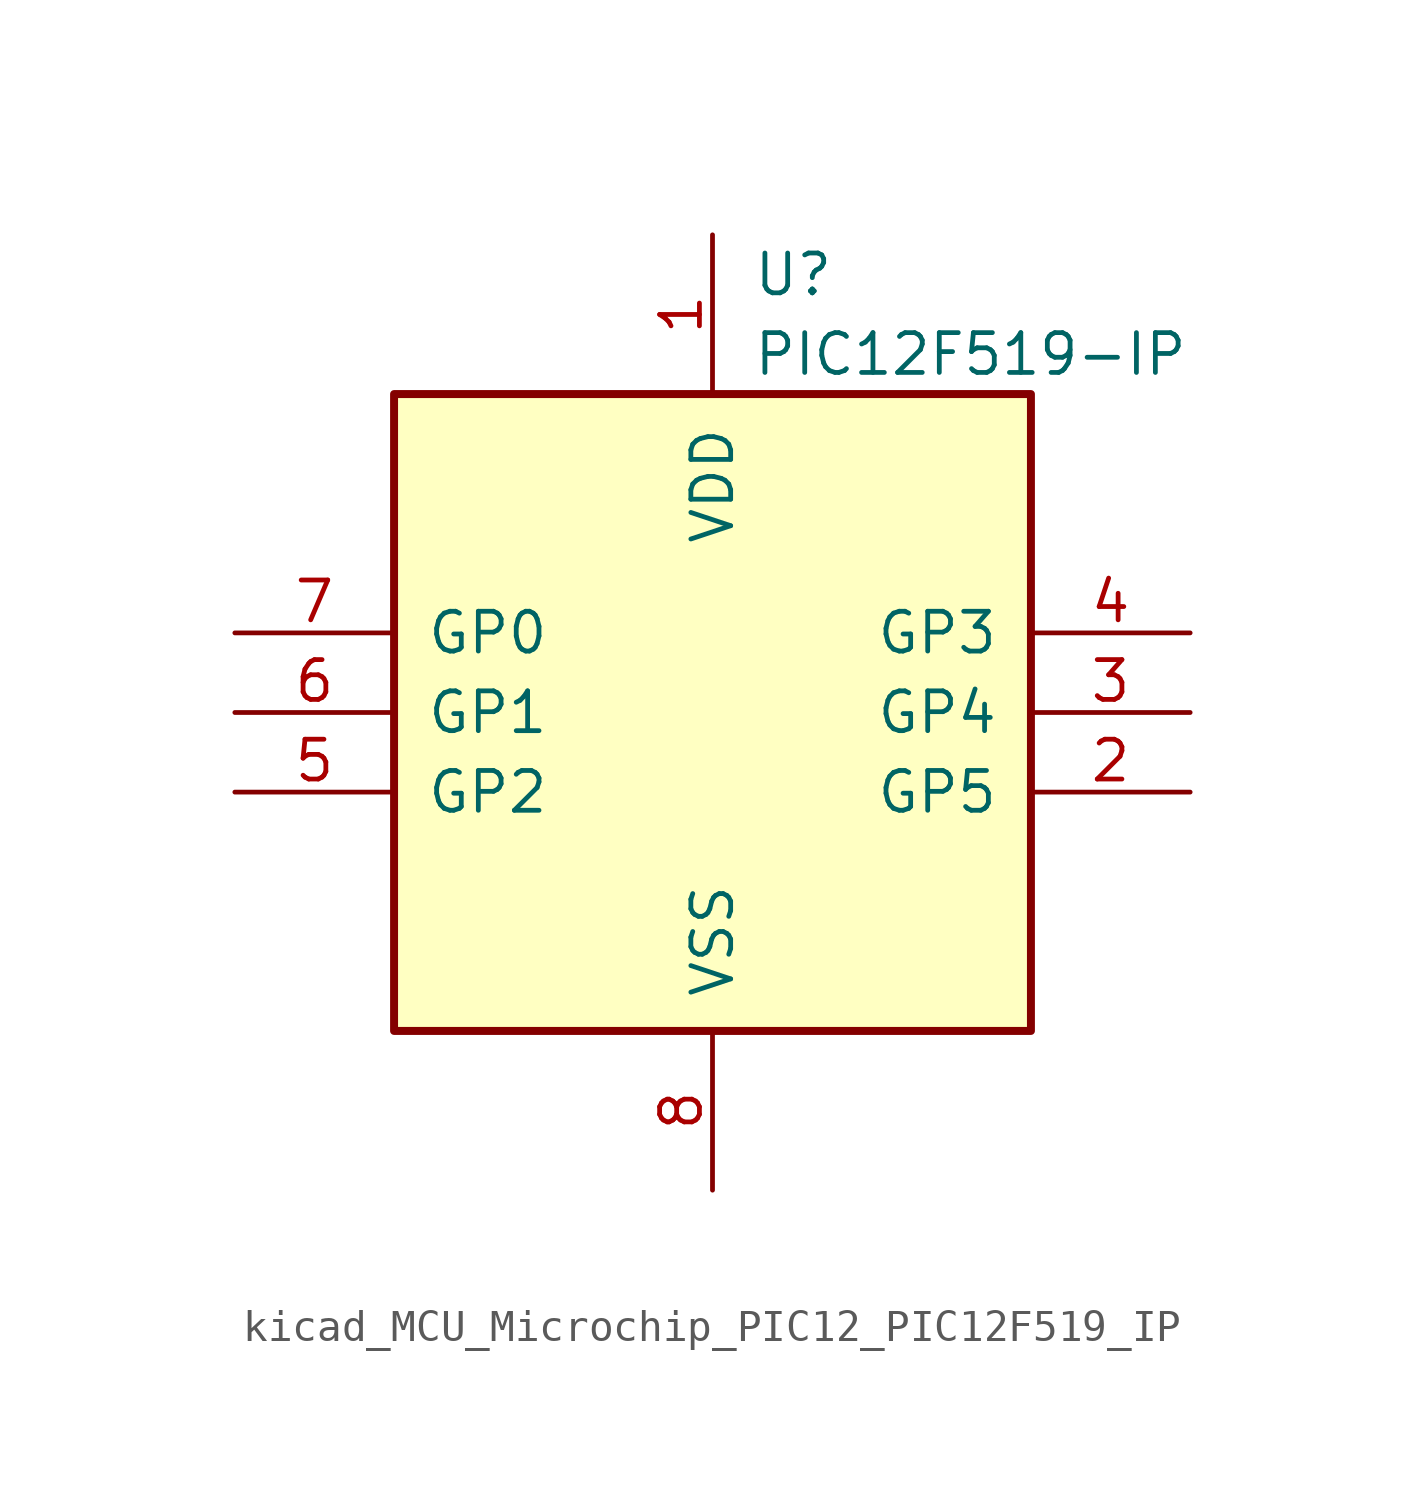
<source format=kicad_sym>
(kicad_symbol_lib
  (version 20220914)
  (generator kicad_symbol_editor)
  (symbol "kicad_MCU_Microchip_PIC12_PIC12F519_IP"
    (pin_names
      (offset 1.016))
    (property "Reference" "U"
      (at 1.27 13.97 0)
      (effects (font (size 1.27 1.27)) (justify left)))
    (property "Value" "PIC12F519-IP"
      (at 1.27 11.43 0)
      (effects (font (size 1.27 1.27)) (justify left)))
    (symbol "kicad_MCU_Microchip_PIC12_PIC12F519_IP_0_1"
      (rectangle (start 10.16 -10.16) (end -10.16 10.16) (stroke (width 0.254) (type default)) (fill (type background))))
    (symbol "kicad_MCU_Microchip_PIC12_PIC12F519_IP_1_1"
      (pin power_in line (at 0 15.24 270) (length 5.08) (name "VDD" (effects (font (size 1.27 1.27)))) (number "1" (effects (font (size 1.27 1.27)))))
      (pin bidirectional line (at 15.24 -2.54 180) (length 5.08) (name "GP5" (effects (font (size 1.27 1.27)))) (number "2" (effects (font (size 1.27 1.27)))))
      (pin bidirectional line (at 15.24 0 180) (length 5.08) (name "GP4" (effects (font (size 1.27 1.27)))) (number "3" (effects (font (size 1.27 1.27)))))
      (pin input line (at 15.24 2.54 180) (length 5.08) (name "GP3" (effects (font (size 1.27 1.27)))) (number "4" (effects (font (size 1.27 1.27)))))
      (pin bidirectional line (at -15.24 -2.54 0) (length 5.08) (name "GP2" (effects (font (size 1.27 1.27)))) (number "5" (effects (font (size 1.27 1.27)))))
      (pin bidirectional line (at -15.24 0 0) (length 5.08) (name "GP1" (effects (font (size 1.27 1.27)))) (number "6" (effects (font (size 1.27 1.27)))))
      (pin bidirectional line (at -15.24 2.54 0) (length 5.08) (name "GP0" (effects (font (size 1.27 1.27)))) (number "7" (effects (font (size 1.27 1.27)))))
      (pin power_in line (at 0 -15.24 90) (length 5.08) (name "VSS" (effects (font (size 1.27 1.27)))) (number "8" (effects (font (size 1.27 1.27))))))))
</source>
